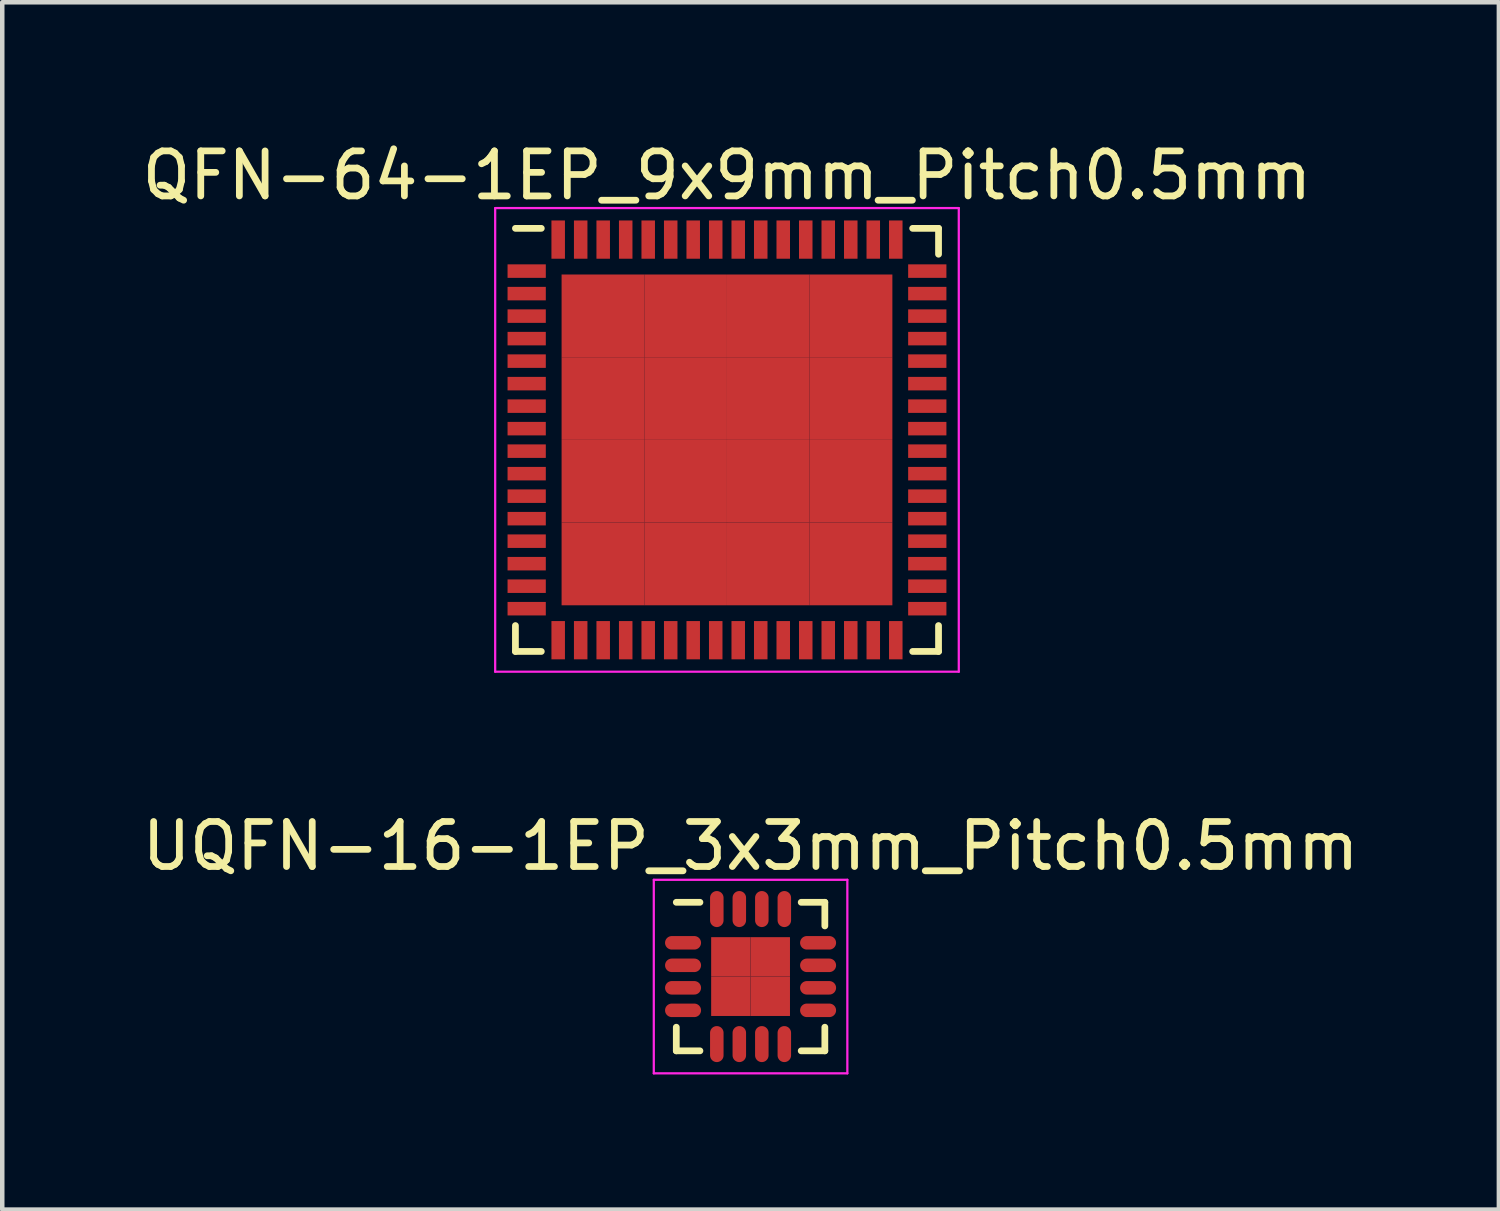
<source format=kicad_pcb>
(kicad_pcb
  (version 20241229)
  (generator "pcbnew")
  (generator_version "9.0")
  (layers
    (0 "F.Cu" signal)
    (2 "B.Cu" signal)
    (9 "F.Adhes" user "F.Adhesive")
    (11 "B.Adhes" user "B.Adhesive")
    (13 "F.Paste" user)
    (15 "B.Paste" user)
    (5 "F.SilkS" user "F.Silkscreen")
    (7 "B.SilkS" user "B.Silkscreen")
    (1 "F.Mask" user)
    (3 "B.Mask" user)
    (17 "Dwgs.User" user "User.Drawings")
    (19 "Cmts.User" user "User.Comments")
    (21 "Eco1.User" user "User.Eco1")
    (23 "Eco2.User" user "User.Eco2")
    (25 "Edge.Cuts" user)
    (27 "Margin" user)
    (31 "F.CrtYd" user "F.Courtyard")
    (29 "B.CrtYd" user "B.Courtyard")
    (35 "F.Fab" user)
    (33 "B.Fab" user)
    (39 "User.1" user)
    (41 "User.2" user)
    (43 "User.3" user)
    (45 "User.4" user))
  (footprint "UQFN-16-1EP_3x3mm_Pitch0.5mm"
    (layer "F.Cu")
    (at 13.625 18.646)
    (property "Reference" "UQFN-16-1EP_3x3mm_Pitch0.5mm" (at 0 -2.9 0) (layer "F.SilkS") (effects (font (size 1 1) (thickness 0.15))))
    (attr smd)
    (fp_line (start -1.65 -1.65) (end -1.125 -1.65) (stroke (width 0.15) (type solid)) (layer "F.SilkS"))
    (fp_line (start -1.65 1.65) (end -1.65 1.125) (stroke (width 0.15) (type solid)) (layer "F.SilkS"))
    (fp_line (start -1.65 1.65) (end -1.125 1.65) (stroke (width 0.15) (type solid)) (layer "F.SilkS"))
    (fp_line (start 1.65 -1.65) (end 1.125 -1.65) (stroke (width 0.15) (type solid)) (layer "F.SilkS"))
    (fp_line (start 1.65 -1.65) (end 1.65 -1.125) (stroke (width 0.15) (type solid)) (layer "F.SilkS"))
    (fp_line (start 1.65 1.65) (end 1.125 1.65) (stroke (width 0.15) (type solid)) (layer "F.SilkS"))
    (fp_line (start 1.65 1.65) (end 1.65 1.125) (stroke (width 0.15) (type solid)) (layer "F.SilkS"))
    (fp_line (start -2.15 -2.15) (end -2.15 2.15) (stroke (width 0.05) (type solid)) (layer "F.CrtYd"))
    (fp_line (start -2.15 -2.15) (end 2.15 -2.15) (stroke (width 0.05) (type solid)) (layer "F.CrtYd"))
    (fp_line (start -2.15 2.15) (end 2.15 2.15) (stroke (width 0.05) (type solid)) (layer "F.CrtYd"))
    (fp_line (start 2.15 -2.15) (end 2.15 2.15) (stroke (width 0.05) (type solid)) (layer "F.CrtYd"))
    (pad "1" smd oval (at -1.5 -0.75) (size 0.8 0.3) (layers "F.Cu" "F.Mask" "F.Paste"))
    (pad "2" smd oval (at -1.5 -0.25) (size 0.8 0.3) (layers "F.Cu" "F.Mask" "F.Paste"))
    (pad "3" smd oval (at -1.5 0.25) (size 0.8 0.3) (layers "F.Cu" "F.Mask" "F.Paste"))
    (pad "4" smd oval (at -1.5 0.75) (size 0.8 0.3) (layers "F.Cu" "F.Mask" "F.Paste"))
    (pad "5" smd oval (at -0.75 1.5 90) (size 0.8 0.3) (layers "F.Cu" "F.Mask" "F.Paste"))
    (pad "6" smd oval (at -0.25 1.5 90) (size 0.8 0.3) (layers "F.Cu" "F.Mask" "F.Paste"))
    (pad "7" smd oval (at 0.25 1.5 90) (size 0.8 0.3) (layers "F.Cu" "F.Mask" "F.Paste"))
    (pad "8" smd oval (at 0.75 1.5 90) (size 0.8 0.3) (layers "F.Cu" "F.Mask" "F.Paste"))
    (pad "9" smd oval (at 1.5 0.75) (size 0.8 0.3) (layers "F.Cu" "F.Mask" "F.Paste"))
    (pad "10" smd oval (at 1.5 0.25) (size 0.8 0.3) (layers "F.Cu" "F.Mask" "F.Paste"))
    (pad "11" smd oval (at 1.5 -0.25) (size 0.8 0.3) (layers "F.Cu" "F.Mask" "F.Paste"))
    (pad "12" smd oval (at 1.5 -0.75) (size 0.8 0.3) (layers "F.Cu" "F.Mask" "F.Paste"))
    (pad "13" smd oval (at 0.75 -1.5 90) (size 0.8 0.3) (layers "F.Cu" "F.Mask" "F.Paste"))
    (pad "14" smd oval (at 0.25 -1.5 90) (size 0.8 0.3) (layers "F.Cu" "F.Mask" "F.Paste"))
    (pad "15" smd oval (at -0.25 -1.5 90) (size 0.8 0.3) (layers "F.Cu" "F.Mask" "F.Paste"))
    (pad "16" smd oval (at -0.75 -1.5 90) (size 0.8 0.3) (layers "F.Cu" "F.Mask" "F.Paste"))
    (pad "17" smd rect (at -0.438 -0.438) (size 0.875 0.875) (layers "F.Cu" "F.Mask" "F.Paste"))
    (pad "17" smd rect (at -0.438 0.438) (size 0.875 0.875) (layers "F.Cu" "F.Mask" "F.Paste"))
    (pad "17" smd rect (at 0.438 -0.438) (size 0.875 0.875) (layers "F.Cu" "F.Mask" "F.Paste"))
    (pad "17" smd rect (at 0.438 0.438) (size 0.875 0.875) (layers "F.Cu" "F.Mask" "F.Paste")))
  (footprint "QFN-64-1EP_9x9mm_Pitch0.5mm"
    (layer "F.Cu")
    (at 13.101 6.723)
    (property "Reference" "QFN-64-1EP_9x9mm_Pitch0.5mm" (at 0 -5.875 0) (layer "F.SilkS") (effects (font (size 1 1) (thickness 0.15))))
    (attr smd)
    (fp_line (start -4.7 -4.7) (end -4.125 -4.7) (stroke (width 0.15) (type solid)) (layer "F.SilkS"))
    (fp_line (start -4.7 4.7) (end -4.7 4.125) (stroke (width 0.15) (type solid)) (layer "F.SilkS"))
    (fp_line (start -4.7 4.7) (end -4.125 4.7) (stroke (width 0.15) (type solid)) (layer "F.SilkS"))
    (fp_line (start 4.7 -4.7) (end 4.125 -4.7) (stroke (width 0.15) (type solid)) (layer "F.SilkS"))
    (fp_line (start 4.7 -4.7) (end 4.7 -4.125) (stroke (width 0.15) (type solid)) (layer "F.SilkS"))
    (fp_line (start 4.7 4.7) (end 4.125 4.7) (stroke (width 0.15) (type solid)) (layer "F.SilkS"))
    (fp_line (start 4.7 4.7) (end 4.7 4.125) (stroke (width 0.15) (type solid)) (layer "F.SilkS"))
    (fp_line (start -5.15 -5.15) (end -5.15 5.15) (stroke (width 0.05) (type solid)) (layer "F.CrtYd"))
    (fp_line (start -5.15 -5.15) (end 5.15 -5.15) (stroke (width 0.05) (type solid)) (layer "F.CrtYd"))
    (fp_line (start -5.15 5.15) (end 5.15 5.15) (stroke (width 0.05) (type solid)) (layer "F.CrtYd"))
    (fp_line (start 5.15 -5.15) (end 5.15 5.15) (stroke (width 0.05) (type solid)) (layer "F.CrtYd"))
    (pad "1" smd rect (at -4.45 -3.75) (size 0.85 0.3) (layers "F.Cu" "F.Mask" "F.Paste"))
    (pad "2" smd rect (at -4.45 -3.25) (size 0.85 0.3) (layers "F.Cu" "F.Mask" "F.Paste"))
    (pad "3" smd rect (at -4.45 -2.75) (size 0.85 0.3) (layers "F.Cu" "F.Mask" "F.Paste"))
    (pad "4" smd rect (at -4.45 -2.25) (size 0.85 0.3) (layers "F.Cu" "F.Mask" "F.Paste"))
    (pad "5" smd rect (at -4.45 -1.75) (size 0.85 0.3) (layers "F.Cu" "F.Mask" "F.Paste"))
    (pad "6" smd rect (at -4.45 -1.25) (size 0.85 0.3) (layers "F.Cu" "F.Mask" "F.Paste"))
    (pad "7" smd rect (at -4.45 -0.75) (size 0.85 0.3) (layers "F.Cu" "F.Mask" "F.Paste"))
    (pad "8" smd rect (at -4.45 -0.25) (size 0.85 0.3) (layers "F.Cu" "F.Mask" "F.Paste"))
    (pad "9" smd rect (at -4.45 0.25) (size 0.85 0.3) (layers "F.Cu" "F.Mask" "F.Paste"))
    (pad "10" smd rect (at -4.45 0.75) (size 0.85 0.3) (layers "F.Cu" "F.Mask" "F.Paste"))
    (pad "11" smd rect (at -4.45 1.25) (size 0.85 0.3) (layers "F.Cu" "F.Mask" "F.Paste"))
    (pad "12" smd rect (at -4.45 1.75) (size 0.85 0.3) (layers "F.Cu" "F.Mask" "F.Paste"))
    (pad "13" smd rect (at -4.45 2.25) (size 0.85 0.3) (layers "F.Cu" "F.Mask" "F.Paste"))
    (pad "14" smd rect (at -4.45 2.75) (size 0.85 0.3) (layers "F.Cu" "F.Mask" "F.Paste"))
    (pad "15" smd rect (at -4.45 3.25) (size 0.85 0.3) (layers "F.Cu" "F.Mask" "F.Paste"))
    (pad "16" smd rect (at -4.45 3.75) (size 0.85 0.3) (layers "F.Cu" "F.Mask" "F.Paste"))
    (pad "17" smd rect (at -3.75 4.45 90) (size 0.85 0.3) (layers "F.Cu" "F.Mask" "F.Paste"))
    (pad "18" smd rect (at -3.25 4.45 90) (size 0.85 0.3) (layers "F.Cu" "F.Mask" "F.Paste"))
    (pad "19" smd rect (at -2.75 4.45 90) (size 0.85 0.3) (layers "F.Cu" "F.Mask" "F.Paste"))
    (pad "20" smd rect (at -2.25 4.45 90) (size 0.85 0.3) (layers "F.Cu" "F.Mask" "F.Paste"))
    (pad "21" smd rect (at -1.75 4.45 90) (size 0.85 0.3) (layers "F.Cu" "F.Mask" "F.Paste"))
    (pad "22" smd rect (at -1.25 4.45 90) (size 0.85 0.3) (layers "F.Cu" "F.Mask" "F.Paste"))
    (pad "23" smd rect (at -0.75 4.45 90) (size 0.85 0.3) (layers "F.Cu" "F.Mask" "F.Paste"))
    (pad "24" smd rect (at -0.25 4.45 90) (size 0.85 0.3) (layers "F.Cu" "F.Mask" "F.Paste"))
    (pad "25" smd rect (at 0.25 4.45 90) (size 0.85 0.3) (layers "F.Cu" "F.Mask" "F.Paste"))
    (pad "26" smd rect (at 0.75 4.45 90) (size 0.85 0.3) (layers "F.Cu" "F.Mask" "F.Paste"))
    (pad "27" smd rect (at 1.25 4.45 90) (size 0.85 0.3) (layers "F.Cu" "F.Mask" "F.Paste"))
    (pad "28" smd rect (at 1.75 4.45 90) (size 0.85 0.3) (layers "F.Cu" "F.Mask" "F.Paste"))
    (pad "29" smd rect (at 2.25 4.45 90) (size 0.85 0.3) (layers "F.Cu" "F.Mask" "F.Paste"))
    (pad "30" smd rect (at 2.75 4.45 90) (size 0.85 0.3) (layers "F.Cu" "F.Mask" "F.Paste"))
    (pad "31" smd rect (at 3.25 4.45 90) (size 0.85 0.3) (layers "F.Cu" "F.Mask" "F.Paste"))
    (pad "32" smd rect (at 3.75 4.45 90) (size 0.85 0.3) (layers "F.Cu" "F.Mask" "F.Paste"))
    (pad "33" smd rect (at 4.45 3.75) (size 0.85 0.3) (layers "F.Cu" "F.Mask" "F.Paste"))
    (pad "34" smd rect (at 4.45 3.25) (size 0.85 0.3) (layers "F.Cu" "F.Mask" "F.Paste"))
    (pad "35" smd rect (at 4.45 2.75) (size 0.85 0.3) (layers "F.Cu" "F.Mask" "F.Paste"))
    (pad "36" smd rect (at 4.45 2.25) (size 0.85 0.3) (layers "F.Cu" "F.Mask" "F.Paste"))
    (pad "37" smd rect (at 4.45 1.75) (size 0.85 0.3) (layers "F.Cu" "F.Mask" "F.Paste"))
    (pad "38" smd rect (at 4.45 1.25) (size 0.85 0.3) (layers "F.Cu" "F.Mask" "F.Paste"))
    (pad "39" smd rect (at 4.45 0.75) (size 0.85 0.3) (layers "F.Cu" "F.Mask" "F.Paste"))
    (pad "40" smd rect (at 4.45 0.25) (size 0.85 0.3) (layers "F.Cu" "F.Mask" "F.Paste"))
    (pad "41" smd rect (at 4.45 -0.25) (size 0.85 0.3) (layers "F.Cu" "F.Mask" "F.Paste"))
    (pad "42" smd rect (at 4.45 -0.75) (size 0.85 0.3) (layers "F.Cu" "F.Mask" "F.Paste"))
    (pad "43" smd rect (at 4.45 -1.25) (size 0.85 0.3) (layers "F.Cu" "F.Mask" "F.Paste"))
    (pad "44" smd rect (at 4.45 -1.75) (size 0.85 0.3) (layers "F.Cu" "F.Mask" "F.Paste"))
    (pad "45" smd rect (at 4.45 -2.25) (size 0.85 0.3) (layers "F.Cu" "F.Mask" "F.Paste"))
    (pad "46" smd rect (at 4.45 -2.75) (size 0.85 0.3) (layers "F.Cu" "F.Mask" "F.Paste"))
    (pad "47" smd rect (at 4.45 -3.25) (size 0.85 0.3) (layers "F.Cu" "F.Mask" "F.Paste"))
    (pad "48" smd rect (at 4.45 -3.75) (size 0.85 0.3) (layers "F.Cu" "F.Mask" "F.Paste"))
    (pad "49" smd rect (at 3.75 -4.45 90) (size 0.85 0.3) (layers "F.Cu" "F.Mask" "F.Paste"))
    (pad "50" smd rect (at 3.25 -4.45 90) (size 0.85 0.3) (layers "F.Cu" "F.Mask" "F.Paste"))
    (pad "51" smd rect (at 2.75 -4.45 90) (size 0.85 0.3) (layers "F.Cu" "F.Mask" "F.Paste"))
    (pad "52" smd rect (at 2.25 -4.45 90) (size 0.85 0.3) (layers "F.Cu" "F.Mask" "F.Paste"))
    (pad "53" smd rect (at 1.75 -4.45 90) (size 0.85 0.3) (layers "F.Cu" "F.Mask" "F.Paste"))
    (pad "54" smd rect (at 1.25 -4.45 90) (size 0.85 0.3) (layers "F.Cu" "F.Mask" "F.Paste"))
    (pad "55" smd rect (at 0.75 -4.45 90) (size 0.85 0.3) (layers "F.Cu" "F.Mask" "F.Paste"))
    (pad "56" smd rect (at 0.25 -4.45 90) (size 0.85 0.3) (layers "F.Cu" "F.Mask" "F.Paste"))
    (pad "57" smd rect (at -0.25 -4.45 90) (size 0.85 0.3) (layers "F.Cu" "F.Mask" "F.Paste"))
    (pad "58" smd rect (at -0.75 -4.45 90) (size 0.85 0.3) (layers "F.Cu" "F.Mask" "F.Paste"))
    (pad "59" smd rect (at -1.25 -4.45 90) (size 0.85 0.3) (layers "F.Cu" "F.Mask" "F.Paste"))
    (pad "60" smd rect (at -1.75 -4.45 90) (size 0.85 0.3) (layers "F.Cu" "F.Mask" "F.Paste"))
    (pad "61" smd rect (at -2.25 -4.45 90) (size 0.85 0.3) (layers "F.Cu" "F.Mask" "F.Paste"))
    (pad "62" smd rect (at -2.75 -4.45 90) (size 0.85 0.3) (layers "F.Cu" "F.Mask" "F.Paste"))
    (pad "63" smd rect (at -3.25 -4.45 90) (size 0.85 0.3) (layers "F.Cu" "F.Mask" "F.Paste"))
    (pad "64" smd rect (at -3.75 -4.45 90) (size 0.85 0.3) (layers "F.Cu" "F.Mask" "F.Paste"))
    (pad "65" smd rect (at -2.756 -2.756) (size 1.837 1.837) (layers "F.Cu" "F.Mask" "F.Paste"))
    (pad "65" smd rect (at -2.756 -0.919) (size 1.837 1.837) (layers "F.Cu" "F.Mask" "F.Paste"))
    (pad "65" smd rect (at -2.756 0.919) (size 1.837 1.837) (layers "F.Cu" "F.Mask" "F.Paste"))
    (pad "65" smd rect (at -2.756 2.756) (size 1.837 1.837) (layers "F.Cu" "F.Mask" "F.Paste"))
    (pad "65" smd rect (at -0.919 -2.756) (size 1.837 1.837) (layers "F.Cu" "F.Mask" "F.Paste"))
    (pad "65" smd rect (at -0.919 -0.919) (size 1.837 1.837) (layers "F.Cu" "F.Mask" "F.Paste"))
    (pad "65" smd rect (at -0.919 0.919) (size 1.837 1.837) (layers "F.Cu" "F.Mask" "F.Paste"))
    (pad "65" smd rect (at -0.919 2.756) (size 1.837 1.837) (layers "F.Cu" "F.Mask" "F.Paste"))
    (pad "65" smd rect (at 0.919 -2.756) (size 1.837 1.837) (layers "F.Cu" "F.Mask" "F.Paste"))
    (pad "65" smd rect (at 0.919 -0.919) (size 1.837 1.837) (layers "F.Cu" "F.Mask" "F.Paste"))
    (pad "65" smd rect (at 0.919 0.919) (size 1.837 1.837) (layers "F.Cu" "F.Mask" "F.Paste"))
    (pad "65" smd rect (at 0.919 2.756) (size 1.837 1.837) (layers "F.Cu" "F.Mask" "F.Paste"))
    (pad "65" smd rect (at 2.756 -2.756) (size 1.837 1.837) (layers "F.Cu" "F.Mask" "F.Paste"))
    (pad "65" smd rect (at 2.756 -0.919) (size 1.837 1.837) (layers "F.Cu" "F.Mask" "F.Paste"))
    (pad "65" smd rect (at 2.756 0.919) (size 1.837 1.837) (layers "F.Cu" "F.Mask" "F.Paste"))
    (pad "65" smd rect (at 2.756 2.756) (size 1.837 1.837) (layers "F.Cu" "F.Mask" "F.Paste")))
  (gr_rect
    (start -3 -3)
    (end 30.25 23.822)
    (stroke (width 0.1) (type default))
    (fill no)
    (layer "Edge.Cuts")))
</source>
